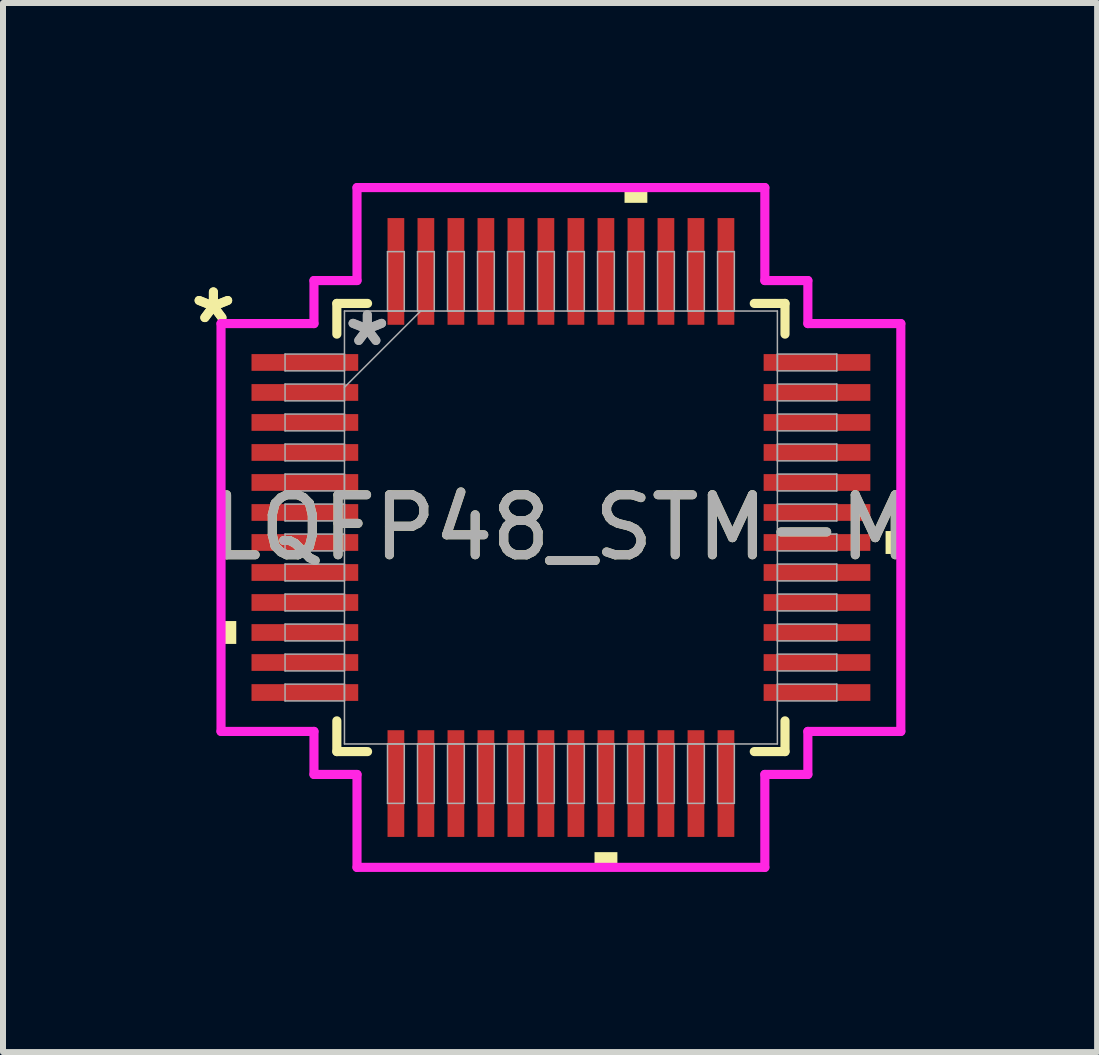
<source format=kicad_pcb>
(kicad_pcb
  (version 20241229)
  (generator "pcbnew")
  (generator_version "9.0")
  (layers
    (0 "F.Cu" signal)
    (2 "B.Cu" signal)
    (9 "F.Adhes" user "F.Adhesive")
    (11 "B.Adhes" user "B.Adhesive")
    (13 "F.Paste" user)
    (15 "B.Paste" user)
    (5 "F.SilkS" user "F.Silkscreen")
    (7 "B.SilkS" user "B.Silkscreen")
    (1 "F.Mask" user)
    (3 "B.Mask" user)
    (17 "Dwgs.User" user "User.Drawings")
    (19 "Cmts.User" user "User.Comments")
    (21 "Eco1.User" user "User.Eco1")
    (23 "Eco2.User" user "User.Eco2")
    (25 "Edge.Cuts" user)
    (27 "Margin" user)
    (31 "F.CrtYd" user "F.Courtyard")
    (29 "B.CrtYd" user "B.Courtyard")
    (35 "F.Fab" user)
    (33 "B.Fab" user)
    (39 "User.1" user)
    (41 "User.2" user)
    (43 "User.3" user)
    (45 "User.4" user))
  (footprint "LQFP48_STM-M"
    (layer "F.Cu")
    (at 6.297 5.74)
    (property "Reference" "LQFP48_STM-M" (at 0 0 0) (unlocked yes) (layer "F.SilkS") (effects (font (size 1 1) (thickness 0.15))))
    (attr smd)
    (fp_line (start -3.734 -3.734) (end -3.734 -3.222) (stroke (width 0.152) (type solid)) (layer "F.SilkS"))
    (fp_line (start -3.734 3.222) (end -3.734 3.734) (stroke (width 0.152) (type solid)) (layer "F.SilkS"))
    (fp_line (start -3.734 3.734) (end -3.222 3.734) (stroke (width 0.152) (type solid)) (layer "F.SilkS"))
    (fp_line (start -3.222 -3.734) (end -3.734 -3.734) (stroke (width 0.152) (type solid)) (layer "F.SilkS"))
    (fp_line (start 3.222 3.734) (end 3.734 3.734) (stroke (width 0.152) (type solid)) (layer "F.SilkS"))
    (fp_line (start 3.734 -3.734) (end 3.222 -3.734) (stroke (width 0.152) (type solid)) (layer "F.SilkS"))
    (fp_line (start 3.734 -3.222) (end 3.734 -3.734) (stroke (width 0.152) (type solid)) (layer "F.SilkS"))
    (fp_line (start 3.734 3.734) (end 3.734 3.222) (stroke (width 0.152) (type solid)) (layer "F.SilkS"))
    (fp_poly (pts (xy -5.664 1.559) (xy -5.664 1.94) (xy -5.41 1.94) (xy -5.41 1.559)) (stroke (width 0) (type solid)) (fill yes) (layer "F.SilkS"))
    (fp_poly (pts (xy 0.56 5.41) (xy 0.56 5.664) (xy 0.941 5.664) (xy 0.941 5.41)) (stroke (width 0) (type solid)) (fill yes) (layer "F.SilkS"))
    (fp_poly (pts (xy 1.06 -5.41) (xy 1.06 -5.664) (xy 1.44 -5.664) (xy 1.44 -5.41)) (stroke (width 0) (type solid)) (fill yes) (layer "F.SilkS"))
    (fp_poly (pts (xy 5.664 0.059) (xy 5.664 0.441) (xy 5.41 0.441) (xy 5.41 0.059)) (stroke (width 0) (type solid)) (fill yes) (layer "F.SilkS"))
    (fp_line (start -5.664 -3.398) (end -4.115 -3.398) (stroke (width 0.152) (type solid)) (layer "F.CrtYd"))
    (fp_line (start -5.664 3.398) (end -5.664 -3.398) (stroke (width 0.152) (type solid)) (layer "F.CrtYd"))
    (fp_line (start -4.115 -4.115) (end -3.398 -4.115) (stroke (width 0.152) (type solid)) (layer "F.CrtYd"))
    (fp_line (start -4.115 -3.398) (end -4.115 -4.115) (stroke (width 0.152) (type solid)) (layer "F.CrtYd"))
    (fp_line (start -4.115 3.398) (end -5.664 3.398) (stroke (width 0.152) (type solid)) (layer "F.CrtYd"))
    (fp_line (start -4.115 4.115) (end -4.115 3.398) (stroke (width 0.152) (type solid)) (layer "F.CrtYd"))
    (fp_line (start -4.115 4.115) (end -3.398 4.115) (stroke (width 0.152) (type solid)) (layer "F.CrtYd"))
    (fp_line (start -3.398 -5.664) (end 3.398 -5.664) (stroke (width 0.152) (type solid)) (layer "F.CrtYd"))
    (fp_line (start -3.398 -4.115) (end -3.398 -5.664) (stroke (width 0.152) (type solid)) (layer "F.CrtYd"))
    (fp_line (start -3.398 4.115) (end -3.398 5.664) (stroke (width 0.152) (type solid)) (layer "F.CrtYd"))
    (fp_line (start -3.398 5.664) (end 3.398 5.664) (stroke (width 0.152) (type solid)) (layer "F.CrtYd"))
    (fp_line (start 3.398 -5.664) (end 3.398 -4.115) (stroke (width 0.152) (type solid)) (layer "F.CrtYd"))
    (fp_line (start 3.398 -4.115) (end 4.115 -4.115) (stroke (width 0.152) (type solid)) (layer "F.CrtYd"))
    (fp_line (start 3.398 4.115) (end 4.115 4.115) (stroke (width 0.152) (type solid)) (layer "F.CrtYd"))
    (fp_line (start 3.398 5.664) (end 3.398 4.115) (stroke (width 0.152) (type solid)) (layer "F.CrtYd"))
    (fp_line (start 4.115 -3.398) (end 4.115 -4.115) (stroke (width 0.152) (type solid)) (layer "F.CrtYd"))
    (fp_line (start 4.115 3.398) (end 5.664 3.398) (stroke (width 0.152) (type solid)) (layer "F.CrtYd"))
    (fp_line (start 4.115 4.115) (end 4.115 3.398) (stroke (width 0.152) (type solid)) (layer "F.CrtYd"))
    (fp_line (start 5.664 -3.398) (end 4.115 -3.398) (stroke (width 0.152) (type solid)) (layer "F.CrtYd"))
    (fp_line (start 5.664 3.398) (end 5.664 -3.398) (stroke (width 0.152) (type solid)) (layer "F.CrtYd"))
    (fp_line (start -4.597 -2.89) (end -4.597 -2.61) (stroke (width 0.025) (type solid)) (layer "F.Fab"))
    (fp_line (start -4.597 -2.61) (end -3.607 -2.61) (stroke (width 0.025) (type solid)) (layer "F.Fab"))
    (fp_line (start -4.597 -2.39) (end -4.597 -2.11) (stroke (width 0.025) (type solid)) (layer "F.Fab"))
    (fp_line (start -4.597 -2.11) (end -3.607 -2.11) (stroke (width 0.025) (type solid)) (layer "F.Fab"))
    (fp_line (start -4.597 -1.89) (end -4.597 -1.61) (stroke (width 0.025) (type solid)) (layer "F.Fab"))
    (fp_line (start -4.597 -1.61) (end -3.607 -1.61) (stroke (width 0.025) (type solid)) (layer "F.Fab"))
    (fp_line (start -4.597 -1.39) (end -4.597 -1.11) (stroke (width 0.025) (type solid)) (layer "F.Fab"))
    (fp_line (start -4.597 -1.11) (end -3.607 -1.11) (stroke (width 0.025) (type solid)) (layer "F.Fab"))
    (fp_line (start -4.597 -0.89) (end -4.597 -0.61) (stroke (width 0.025) (type solid)) (layer "F.Fab"))
    (fp_line (start -4.597 -0.61) (end -3.607 -0.61) (stroke (width 0.025) (type solid)) (layer "F.Fab"))
    (fp_line (start -4.597 -0.39) (end -4.597 -0.11) (stroke (width 0.025) (type solid)) (layer "F.Fab"))
    (fp_line (start -4.597 -0.11) (end -3.607 -0.11) (stroke (width 0.025) (type solid)) (layer "F.Fab"))
    (fp_line (start -4.597 0.11) (end -4.597 0.39) (stroke (width 0.025) (type solid)) (layer "F.Fab"))
    (fp_line (start -4.597 0.39) (end -3.607 0.39) (stroke (width 0.025) (type solid)) (layer "F.Fab"))
    (fp_line (start -4.597 0.61) (end -4.597 0.89) (stroke (width 0.025) (type solid)) (layer "F.Fab"))
    (fp_line (start -4.597 0.89) (end -3.607 0.89) (stroke (width 0.025) (type solid)) (layer "F.Fab"))
    (fp_line (start -4.597 1.11) (end -4.597 1.39) (stroke (width 0.025) (type solid)) (layer "F.Fab"))
    (fp_line (start -4.597 1.39) (end -3.607 1.39) (stroke (width 0.025) (type solid)) (layer "F.Fab"))
    (fp_line (start -4.597 1.61) (end -4.597 1.89) (stroke (width 0.025) (type solid)) (layer "F.Fab"))
    (fp_line (start -4.597 1.89) (end -3.607 1.89) (stroke (width 0.025) (type solid)) (layer "F.Fab"))
    (fp_line (start -4.597 2.11) (end -4.597 2.39) (stroke (width 0.025) (type solid)) (layer "F.Fab"))
    (fp_line (start -4.597 2.39) (end -3.607 2.39) (stroke (width 0.025) (type solid)) (layer "F.Fab"))
    (fp_line (start -4.597 2.61) (end -4.597 2.89) (stroke (width 0.025) (type solid)) (layer "F.Fab"))
    (fp_line (start -4.597 2.89) (end -3.607 2.89) (stroke (width 0.025) (type solid)) (layer "F.Fab"))
    (fp_line (start -3.607 -3.607) (end -3.607 3.607) (stroke (width 0.025) (type solid)) (layer "F.Fab"))
    (fp_line (start -3.607 -2.89) (end -4.597 -2.89) (stroke (width 0.025) (type solid)) (layer "F.Fab"))
    (fp_line (start -3.607 -2.61) (end -3.607 -2.89) (stroke (width 0.025) (type solid)) (layer "F.Fab"))
    (fp_line (start -3.607 -2.39) (end -4.597 -2.39) (stroke (width 0.025) (type solid)) (layer "F.Fab"))
    (fp_line (start -3.607 -2.337) (end -2.337 -3.607) (stroke (width 0.025) (type solid)) (layer "F.Fab"))
    (fp_line (start -3.607 -2.11) (end -3.607 -2.39) (stroke (width 0.025) (type solid)) (layer "F.Fab"))
    (fp_line (start -3.607 -1.89) (end -4.597 -1.89) (stroke (width 0.025) (type solid)) (layer "F.Fab"))
    (fp_line (start -3.607 -1.61) (end -3.607 -1.89) (stroke (width 0.025) (type solid)) (layer "F.Fab"))
    (fp_line (start -3.607 -1.39) (end -4.597 -1.39) (stroke (width 0.025) (type solid)) (layer "F.Fab"))
    (fp_line (start -3.607 -1.11) (end -3.607 -1.39) (stroke (width 0.025) (type solid)) (layer "F.Fab"))
    (fp_line (start -3.607 -0.89) (end -4.597 -0.89) (stroke (width 0.025) (type solid)) (layer "F.Fab"))
    (fp_line (start -3.607 -0.61) (end -3.607 -0.89) (stroke (width 0.025) (type solid)) (layer "F.Fab"))
    (fp_line (start -3.607 -0.39) (end -4.597 -0.39) (stroke (width 0.025) (type solid)) (layer "F.Fab"))
    (fp_line (start -3.607 -0.11) (end -3.607 -0.39) (stroke (width 0.025) (type solid)) (layer "F.Fab"))
    (fp_line (start -3.607 0.11) (end -4.597 0.11) (stroke (width 0.025) (type solid)) (layer "F.Fab"))
    (fp_line (start -3.607 0.39) (end -3.607 0.11) (stroke (width 0.025) (type solid)) (layer "F.Fab"))
    (fp_line (start -3.607 0.61) (end -4.597 0.61) (stroke (width 0.025) (type solid)) (layer "F.Fab"))
    (fp_line (start -3.607 0.89) (end -3.607 0.61) (stroke (width 0.025) (type solid)) (layer "F.Fab"))
    (fp_line (start -3.607 1.11) (end -4.597 1.11) (stroke (width 0.025) (type solid)) (layer "F.Fab"))
    (fp_line (start -3.607 1.39) (end -3.607 1.11) (stroke (width 0.025) (type solid)) (layer "F.Fab"))
    (fp_line (start -3.607 1.61) (end -4.597 1.61) (stroke (width 0.025) (type solid)) (layer "F.Fab"))
    (fp_line (start -3.607 1.89) (end -3.607 1.61) (stroke (width 0.025) (type solid)) (layer "F.Fab"))
    (fp_line (start -3.607 2.11) (end -4.597 2.11) (stroke (width 0.025) (type solid)) (layer "F.Fab"))
    (fp_line (start -3.607 2.39) (end -3.607 2.11) (stroke (width 0.025) (type solid)) (layer "F.Fab"))
    (fp_line (start -3.607 2.61) (end -4.597 2.61) (stroke (width 0.025) (type solid)) (layer "F.Fab"))
    (fp_line (start -3.607 2.89) (end -3.607 2.61) (stroke (width 0.025) (type solid)) (layer "F.Fab"))
    (fp_line (start -3.607 3.607) (end 3.607 3.607) (stroke (width 0.025) (type solid)) (layer "F.Fab"))
    (fp_line (start -2.89 -4.597) (end -2.89 -3.607) (stroke (width 0.025) (type solid)) (layer "F.Fab"))
    (fp_line (start -2.89 -3.607) (end -2.61 -3.607) (stroke (width 0.025) (type solid)) (layer "F.Fab"))
    (fp_line (start -2.89 3.607) (end -2.89 4.597) (stroke (width 0.025) (type solid)) (layer "F.Fab"))
    (fp_line (start -2.89 4.597) (end -2.61 4.597) (stroke (width 0.025) (type solid)) (layer "F.Fab"))
    (fp_line (start -2.61 -4.597) (end -2.89 -4.597) (stroke (width 0.025) (type solid)) (layer "F.Fab"))
    (fp_line (start -2.61 -3.607) (end -2.61 -4.597) (stroke (width 0.025) (type solid)) (layer "F.Fab"))
    (fp_line (start -2.61 3.607) (end -2.89 3.607) (stroke (width 0.025) (type solid)) (layer "F.Fab"))
    (fp_line (start -2.61 4.597) (end -2.61 3.607) (stroke (width 0.025) (type solid)) (layer "F.Fab"))
    (fp_line (start -2.39 -4.597) (end -2.39 -3.607) (stroke (width 0.025) (type solid)) (layer "F.Fab"))
    (fp_line (start -2.39 -3.607) (end -2.11 -3.607) (stroke (width 0.025) (type solid)) (layer "F.Fab"))
    (fp_line (start -2.39 3.607) (end -2.39 4.597) (stroke (width 0.025) (type solid)) (layer "F.Fab"))
    (fp_line (start -2.39 4.597) (end -2.11 4.597) (stroke (width 0.025) (type solid)) (layer "F.Fab"))
    (fp_line (start -2.11 -4.597) (end -2.39 -4.597) (stroke (width 0.025) (type solid)) (layer "F.Fab"))
    (fp_line (start -2.11 -3.607) (end -2.11 -4.597) (stroke (width 0.025) (type solid)) (layer "F.Fab"))
    (fp_line (start -2.11 3.607) (end -2.39 3.607) (stroke (width 0.025) (type solid)) (layer "F.Fab"))
    (fp_line (start -2.11 4.597) (end -2.11 3.607) (stroke (width 0.025) (type solid)) (layer "F.Fab"))
    (fp_line (start -1.89 -4.597) (end -1.89 -3.607) (stroke (width 0.025) (type solid)) (layer "F.Fab"))
    (fp_line (start -1.89 -3.607) (end -1.61 -3.607) (stroke (width 0.025) (type solid)) (layer "F.Fab"))
    (fp_line (start -1.89 3.607) (end -1.89 4.597) (stroke (width 0.025) (type solid)) (layer "F.Fab"))
    (fp_line (start -1.89 4.597) (end -1.61 4.597) (stroke (width 0.025) (type solid)) (layer "F.Fab"))
    (fp_line (start -1.61 -4.597) (end -1.89 -4.597) (stroke (width 0.025) (type solid)) (layer "F.Fab"))
    (fp_line (start -1.61 -3.607) (end -1.61 -4.597) (stroke (width 0.025) (type solid)) (layer "F.Fab"))
    (fp_line (start -1.61 3.607) (end -1.89 3.607) (stroke (width 0.025) (type solid)) (layer "F.Fab"))
    (fp_line (start -1.61 4.597) (end -1.61 3.607) (stroke (width 0.025) (type solid)) (layer "F.Fab"))
    (fp_line (start -1.39 -4.597) (end -1.39 -3.607) (stroke (width 0.025) (type solid)) (layer "F.Fab"))
    (fp_line (start -1.39 -3.607) (end -1.11 -3.607) (stroke (width 0.025) (type solid)) (layer "F.Fab"))
    (fp_line (start -1.39 3.607) (end -1.39 4.597) (stroke (width 0.025) (type solid)) (layer "F.Fab"))
    (fp_line (start -1.39 4.597) (end -1.11 4.597) (stroke (width 0.025) (type solid)) (layer "F.Fab"))
    (fp_line (start -1.11 -4.597) (end -1.39 -4.597) (stroke (width 0.025) (type solid)) (layer "F.Fab"))
    (fp_line (start -1.11 -3.607) (end -1.11 -4.597) (stroke (width 0.025) (type solid)) (layer "F.Fab"))
    (fp_line (start -1.11 3.607) (end -1.39 3.607) (stroke (width 0.025) (type solid)) (layer "F.Fab"))
    (fp_line (start -1.11 4.597) (end -1.11 3.607) (stroke (width 0.025) (type solid)) (layer "F.Fab"))
    (fp_line (start -0.89 -4.597) (end -0.89 -3.607) (stroke (width 0.025) (type solid)) (layer "F.Fab"))
    (fp_line (start -0.89 -3.607) (end -0.61 -3.607) (stroke (width 0.025) (type solid)) (layer "F.Fab"))
    (fp_line (start -0.89 3.607) (end -0.89 4.597) (stroke (width 0.025) (type solid)) (layer "F.Fab"))
    (fp_line (start -0.89 4.597) (end -0.61 4.597) (stroke (width 0.025) (type solid)) (layer "F.Fab"))
    (fp_line (start -0.61 -4.597) (end -0.89 -4.597) (stroke (width 0.025) (type solid)) (layer "F.Fab"))
    (fp_line (start -0.61 -3.607) (end -0.61 -4.597) (stroke (width 0.025) (type solid)) (layer "F.Fab"))
    (fp_line (start -0.61 3.607) (end -0.89 3.607) (stroke (width 0.025) (type solid)) (layer "F.Fab"))
    (fp_line (start -0.61 4.597) (end -0.61 3.607) (stroke (width 0.025) (type solid)) (layer "F.Fab"))
    (fp_line (start -0.39 -4.597) (end -0.39 -3.607) (stroke (width 0.025) (type solid)) (layer "F.Fab"))
    (fp_line (start -0.39 -3.607) (end -0.11 -3.607) (stroke (width 0.025) (type solid)) (layer "F.Fab"))
    (fp_line (start -0.39 3.607) (end -0.39 4.597) (stroke (width 0.025) (type solid)) (layer "F.Fab"))
    (fp_line (start -0.39 4.597) (end -0.11 4.597) (stroke (width 0.025) (type solid)) (layer "F.Fab"))
    (fp_line (start -0.11 -4.597) (end -0.39 -4.597) (stroke (width 0.025) (type solid)) (layer "F.Fab"))
    (fp_line (start -0.11 -3.607) (end -0.11 -4.597) (stroke (width 0.025) (type solid)) (layer "F.Fab"))
    (fp_line (start -0.11 3.607) (end -0.39 3.607) (stroke (width 0.025) (type solid)) (layer "F.Fab"))
    (fp_line (start -0.11 4.597) (end -0.11 3.607) (stroke (width 0.025) (type solid)) (layer "F.Fab"))
    (fp_line (start 0.11 -4.597) (end 0.11 -3.607) (stroke (width 0.025) (type solid)) (layer "F.Fab"))
    (fp_line (start 0.11 -3.607) (end 0.39 -3.607) (stroke (width 0.025) (type solid)) (layer "F.Fab"))
    (fp_line (start 0.11 3.607) (end 0.11 4.597) (stroke (width 0.025) (type solid)) (layer "F.Fab"))
    (fp_line (start 0.11 4.597) (end 0.39 4.597) (stroke (width 0.025) (type solid)) (layer "F.Fab"))
    (fp_line (start 0.39 -4.597) (end 0.11 -4.597) (stroke (width 0.025) (type solid)) (layer "F.Fab"))
    (fp_line (start 0.39 -3.607) (end 0.39 -4.597) (stroke (width 0.025) (type solid)) (layer "F.Fab"))
    (fp_line (start 0.39 3.607) (end 0.11 3.607) (stroke (width 0.025) (type solid)) (layer "F.Fab"))
    (fp_line (start 0.39 4.597) (end 0.39 3.607) (stroke (width 0.025) (type solid)) (layer "F.Fab"))
    (fp_line (start 0.61 -4.597) (end 0.61 -3.607) (stroke (width 0.025) (type solid)) (layer "F.Fab"))
    (fp_line (start 0.61 -3.607) (end 0.89 -3.607) (stroke (width 0.025) (type solid)) (layer "F.Fab"))
    (fp_line (start 0.61 3.607) (end 0.61 4.597) (stroke (width 0.025) (type solid)) (layer "F.Fab"))
    (fp_line (start 0.61 4.597) (end 0.89 4.597) (stroke (width 0.025) (type solid)) (layer "F.Fab"))
    (fp_line (start 0.89 -4.597) (end 0.61 -4.597) (stroke (width 0.025) (type solid)) (layer "F.Fab"))
    (fp_line (start 0.89 -3.607) (end 0.89 -4.597) (stroke (width 0.025) (type solid)) (layer "F.Fab"))
    (fp_line (start 0.89 3.607) (end 0.61 3.607) (stroke (width 0.025) (type solid)) (layer "F.Fab"))
    (fp_line (start 0.89 4.597) (end 0.89 3.607) (stroke (width 0.025) (type solid)) (layer "F.Fab"))
    (fp_line (start 1.11 -4.597) (end 1.11 -3.607) (stroke (width 0.025) (type solid)) (layer "F.Fab"))
    (fp_line (start 1.11 -3.607) (end 1.39 -3.607) (stroke (width 0.025) (type solid)) (layer "F.Fab"))
    (fp_line (start 1.11 3.607) (end 1.11 4.597) (stroke (width 0.025) (type solid)) (layer "F.Fab"))
    (fp_line (start 1.11 4.597) (end 1.39 4.597) (stroke (width 0.025) (type solid)) (layer "F.Fab"))
    (fp_line (start 1.39 -4.597) (end 1.11 -4.597) (stroke (width 0.025) (type solid)) (layer "F.Fab"))
    (fp_line (start 1.39 -3.607) (end 1.39 -4.597) (stroke (width 0.025) (type solid)) (layer "F.Fab"))
    (fp_line (start 1.39 3.607) (end 1.11 3.607) (stroke (width 0.025) (type solid)) (layer "F.Fab"))
    (fp_line (start 1.39 4.597) (end 1.39 3.607) (stroke (width 0.025) (type solid)) (layer "F.Fab"))
    (fp_line (start 1.61 -4.597) (end 1.61 -3.607) (stroke (width 0.025) (type solid)) (layer "F.Fab"))
    (fp_line (start 1.61 -3.607) (end 1.89 -3.607) (stroke (width 0.025) (type solid)) (layer "F.Fab"))
    (fp_line (start 1.61 3.607) (end 1.61 4.597) (stroke (width 0.025) (type solid)) (layer "F.Fab"))
    (fp_line (start 1.61 4.597) (end 1.89 4.597) (stroke (width 0.025) (type solid)) (layer "F.Fab"))
    (fp_line (start 1.89 -4.597) (end 1.61 -4.597) (stroke (width 0.025) (type solid)) (layer "F.Fab"))
    (fp_line (start 1.89 -3.607) (end 1.89 -4.597) (stroke (width 0.025) (type solid)) (layer "F.Fab"))
    (fp_line (start 1.89 3.607) (end 1.61 3.607) (stroke (width 0.025) (type solid)) (layer "F.Fab"))
    (fp_line (start 1.89 4.597) (end 1.89 3.607) (stroke (width 0.025) (type solid)) (layer "F.Fab"))
    (fp_line (start 2.11 -4.597) (end 2.11 -3.607) (stroke (width 0.025) (type solid)) (layer "F.Fab"))
    (fp_line (start 2.11 -3.607) (end 2.39 -3.607) (stroke (width 0.025) (type solid)) (layer "F.Fab"))
    (fp_line (start 2.11 3.607) (end 2.11 4.597) (stroke (width 0.025) (type solid)) (layer "F.Fab"))
    (fp_line (start 2.11 4.597) (end 2.39 4.597) (stroke (width 0.025) (type solid)) (layer "F.Fab"))
    (fp_line (start 2.39 -4.597) (end 2.11 -4.597) (stroke (width 0.025) (type solid)) (layer "F.Fab"))
    (fp_line (start 2.39 -3.607) (end 2.39 -4.597) (stroke (width 0.025) (type solid)) (layer "F.Fab"))
    (fp_line (start 2.39 3.607) (end 2.11 3.607) (stroke (width 0.025) (type solid)) (layer "F.Fab"))
    (fp_line (start 2.39 4.597) (end 2.39 3.607) (stroke (width 0.025) (type solid)) (layer "F.Fab"))
    (fp_line (start 2.61 -4.597) (end 2.61 -3.607) (stroke (width 0.025) (type solid)) (layer "F.Fab"))
    (fp_line (start 2.61 -3.607) (end 2.89 -3.607) (stroke (width 0.025) (type solid)) (layer "F.Fab"))
    (fp_line (start 2.61 3.607) (end 2.61 4.597) (stroke (width 0.025) (type solid)) (layer "F.Fab"))
    (fp_line (start 2.61 4.597) (end 2.89 4.597) (stroke (width 0.025) (type solid)) (layer "F.Fab"))
    (fp_line (start 2.89 -4.597) (end 2.61 -4.597) (stroke (width 0.025) (type solid)) (layer "F.Fab"))
    (fp_line (start 2.89 -3.607) (end 2.89 -4.597) (stroke (width 0.025) (type solid)) (layer "F.Fab"))
    (fp_line (start 2.89 3.607) (end 2.61 3.607) (stroke (width 0.025) (type solid)) (layer "F.Fab"))
    (fp_line (start 2.89 4.597) (end 2.89 3.607) (stroke (width 0.025) (type solid)) (layer "F.Fab"))
    (fp_line (start 3.607 -3.607) (end -3.607 -3.607) (stroke (width 0.025) (type solid)) (layer "F.Fab"))
    (fp_line (start 3.607 -2.89) (end 3.607 -2.61) (stroke (width 0.025) (type solid)) (layer "F.Fab"))
    (fp_line (start 3.607 -2.61) (end 4.597 -2.61) (stroke (width 0.025) (type solid)) (layer "F.Fab"))
    (fp_line (start 3.607 -2.39) (end 3.607 -2.11) (stroke (width 0.025) (type solid)) (layer "F.Fab"))
    (fp_line (start 3.607 -2.11) (end 4.597 -2.11) (stroke (width 0.025) (type solid)) (layer "F.Fab"))
    (fp_line (start 3.607 -1.89) (end 3.607 -1.61) (stroke (width 0.025) (type solid)) (layer "F.Fab"))
    (fp_line (start 3.607 -1.61) (end 4.597 -1.61) (stroke (width 0.025) (type solid)) (layer "F.Fab"))
    (fp_line (start 3.607 -1.39) (end 3.607 -1.11) (stroke (width 0.025) (type solid)) (layer "F.Fab"))
    (fp_line (start 3.607 -1.11) (end 4.597 -1.11) (stroke (width 0.025) (type solid)) (layer "F.Fab"))
    (fp_line (start 3.607 -0.89) (end 3.607 -0.61) (stroke (width 0.025) (type solid)) (layer "F.Fab"))
    (fp_line (start 3.607 -0.61) (end 4.597 -0.61) (stroke (width 0.025) (type solid)) (layer "F.Fab"))
    (fp_line (start 3.607 -0.39) (end 3.607 -0.11) (stroke (width 0.025) (type solid)) (layer "F.Fab"))
    (fp_line (start 3.607 -0.11) (end 4.597 -0.11) (stroke (width 0.025) (type solid)) (layer "F.Fab"))
    (fp_line (start 3.607 0.11) (end 3.607 0.39) (stroke (width 0.025) (type solid)) (layer "F.Fab"))
    (fp_line (start 3.607 0.39) (end 4.597 0.39) (stroke (width 0.025) (type solid)) (layer "F.Fab"))
    (fp_line (start 3.607 0.61) (end 3.607 0.89) (stroke (width 0.025) (type solid)) (layer "F.Fab"))
    (fp_line (start 3.607 0.89) (end 4.597 0.89) (stroke (width 0.025) (type solid)) (layer "F.Fab"))
    (fp_line (start 3.607 1.11) (end 3.607 1.39) (stroke (width 0.025) (type solid)) (layer "F.Fab"))
    (fp_line (start 3.607 1.39) (end 4.597 1.39) (stroke (width 0.025) (type solid)) (layer "F.Fab"))
    (fp_line (start 3.607 1.61) (end 3.607 1.89) (stroke (width 0.025) (type solid)) (layer "F.Fab"))
    (fp_line (start 3.607 1.89) (end 4.597 1.89) (stroke (width 0.025) (type solid)) (layer "F.Fab"))
    (fp_line (start 3.607 2.11) (end 3.607 2.39) (stroke (width 0.025) (type solid)) (layer "F.Fab"))
    (fp_line (start 3.607 2.39) (end 4.597 2.39) (stroke (width 0.025) (type solid)) (layer "F.Fab"))
    (fp_line (start 3.607 2.61) (end 3.607 2.89) (stroke (width 0.025) (type solid)) (layer "F.Fab"))
    (fp_line (start 3.607 2.89) (end 4.597 2.89) (stroke (width 0.025) (type solid)) (layer "F.Fab"))
    (fp_line (start 3.607 3.607) (end 3.607 -3.607) (stroke (width 0.025) (type solid)) (layer "F.Fab"))
    (fp_line (start 4.597 -2.89) (end 3.607 -2.89) (stroke (width 0.025) (type solid)) (layer "F.Fab"))
    (fp_line (start 4.597 -2.61) (end 4.597 -2.89) (stroke (width 0.025) (type solid)) (layer "F.Fab"))
    (fp_line (start 4.597 -2.39) (end 3.607 -2.39) (stroke (width 0.025) (type solid)) (layer "F.Fab"))
    (fp_line (start 4.597 -2.11) (end 4.597 -2.39) (stroke (width 0.025) (type solid)) (layer "F.Fab"))
    (fp_line (start 4.597 -1.89) (end 3.607 -1.89) (stroke (width 0.025) (type solid)) (layer "F.Fab"))
    (fp_line (start 4.597 -1.61) (end 4.597 -1.89) (stroke (width 0.025) (type solid)) (layer "F.Fab"))
    (fp_line (start 4.597 -1.39) (end 3.607 -1.39) (stroke (width 0.025) (type solid)) (layer "F.Fab"))
    (fp_line (start 4.597 -1.11) (end 4.597 -1.39) (stroke (width 0.025) (type solid)) (layer "F.Fab"))
    (fp_line (start 4.597 -0.89) (end 3.607 -0.89) (stroke (width 0.025) (type solid)) (layer "F.Fab"))
    (fp_line (start 4.597 -0.61) (end 4.597 -0.89) (stroke (width 0.025) (type solid)) (layer "F.Fab"))
    (fp_line (start 4.597 -0.39) (end 3.607 -0.39) (stroke (width 0.025) (type solid)) (layer "F.Fab"))
    (fp_line (start 4.597 -0.11) (end 4.597 -0.39) (stroke (width 0.025) (type solid)) (layer "F.Fab"))
    (fp_line (start 4.597 0.11) (end 3.607 0.11) (stroke (width 0.025) (type solid)) (layer "F.Fab"))
    (fp_line (start 4.597 0.39) (end 4.597 0.11) (stroke (width 0.025) (type solid)) (layer "F.Fab"))
    (fp_line (start 4.597 0.61) (end 3.607 0.61) (stroke (width 0.025) (type solid)) (layer "F.Fab"))
    (fp_line (start 4.597 0.89) (end 4.597 0.61) (stroke (width 0.025) (type solid)) (layer "F.Fab"))
    (fp_line (start 4.597 1.11) (end 3.607 1.11) (stroke (width 0.025) (type solid)) (layer "F.Fab"))
    (fp_line (start 4.597 1.39) (end 4.597 1.11) (stroke (width 0.025) (type solid)) (layer "F.Fab"))
    (fp_line (start 4.597 1.61) (end 3.607 1.61) (stroke (width 0.025) (type solid)) (layer "F.Fab"))
    (fp_line (start 4.597 1.89) (end 4.597 1.61) (stroke (width 0.025) (type solid)) (layer "F.Fab"))
    (fp_line (start 4.597 2.11) (end 3.607 2.11) (stroke (width 0.025) (type solid)) (layer "F.Fab"))
    (fp_line (start 4.597 2.39) (end 4.597 2.11) (stroke (width 0.025) (type solid)) (layer "F.Fab"))
    (fp_line (start 4.597 2.61) (end 3.607 2.61) (stroke (width 0.025) (type solid)) (layer "F.Fab"))
    (fp_line (start 4.597 2.89) (end 4.597 2.61) (stroke (width 0.025) (type solid)) (layer "F.Fab"))
    (fp_text user "*" (at -5.791 -3.381 0) (unlocked yes) (layer "F.SilkS") (effects (font (size 1 1) (thickness 0.15))))
    (fp_text user "*" (at -5.791 -3.381 0) (layer "F.SilkS") (effects (font (size 1 1) (thickness 0.15))))
    (fp_text user "${REFERENCE}" (at 0 0 0) (unlocked yes) (layer "F.Fab") (effects (font (size 1 1) (thickness 0.15))))
    (fp_text user "*" (at -3.226 -3 0) (unlocked yes) (layer "F.Fab") (effects (font (size 1 1) (thickness 0.15))))
    (fp_text user "*" (at -3.226 -3 0) (layer "F.Fab") (effects (font (size 1 1) (thickness 0.15))))
    (pad "1" smd rect (at -4.267 -2.75 90) (size 0.279 1.778) (layers "F.Cu" "F.Mask" "F.Paste"))
    (pad "2" smd rect (at -4.267 -2.25 90) (size 0.279 1.778) (layers "F.Cu" "F.Mask" "F.Paste"))
    (pad "3" smd rect (at -4.267 -1.75 90) (size 0.279 1.778) (layers "F.Cu" "F.Mask" "F.Paste"))
    (pad "4" smd rect (at -4.267 -1.25 90) (size 0.279 1.778) (layers "F.Cu" "F.Mask" "F.Paste"))
    (pad "5" smd rect (at -4.267 -0.75 90) (size 0.279 1.778) (layers "F.Cu" "F.Mask" "F.Paste"))
    (pad "6" smd rect (at -4.267 -0.25 90) (size 0.279 1.778) (layers "F.Cu" "F.Mask" "F.Paste"))
    (pad "7" smd rect (at -4.267 0.25 90) (size 0.279 1.778) (layers "F.Cu" "F.Mask" "F.Paste"))
    (pad "8" smd rect (at -4.267 0.75 90) (size 0.279 1.778) (layers "F.Cu" "F.Mask" "F.Paste"))
    (pad "9" smd rect (at -4.267 1.25 90) (size 0.279 1.778) (layers "F.Cu" "F.Mask" "F.Paste"))
    (pad "10" smd rect (at -4.267 1.75 90) (size 0.279 1.778) (layers "F.Cu" "F.Mask" "F.Paste"))
    (pad "11" smd rect (at -4.267 2.25 90) (size 0.279 1.778) (layers "F.Cu" "F.Mask" "F.Paste"))
    (pad "12" smd rect (at -4.267 2.75 90) (size 0.279 1.778) (layers "F.Cu" "F.Mask" "F.Paste"))
    (pad "13" smd rect (at -2.75 4.267) (size 0.279 1.778) (layers "F.Cu" "F.Mask" "F.Paste"))
    (pad "14" smd rect (at -2.25 4.267) (size 0.279 1.778) (layers "F.Cu" "F.Mask" "F.Paste"))
    (pad "15" smd rect (at -1.75 4.267) (size 0.279 1.778) (layers "F.Cu" "F.Mask" "F.Paste"))
    (pad "16" smd rect (at -1.25 4.267) (size 0.279 1.778) (layers "F.Cu" "F.Mask" "F.Paste"))
    (pad "17" smd rect (at -0.75 4.267) (size 0.279 1.778) (layers "F.Cu" "F.Mask" "F.Paste"))
    (pad "18" smd rect (at -0.25 4.267) (size 0.279 1.778) (layers "F.Cu" "F.Mask" "F.Paste"))
    (pad "19" smd rect (at 0.25 4.267) (size 0.279 1.778) (layers "F.Cu" "F.Mask" "F.Paste"))
    (pad "20" smd rect (at 0.75 4.267) (size 0.279 1.778) (layers "F.Cu" "F.Mask" "F.Paste"))
    (pad "21" smd rect (at 1.25 4.267) (size 0.279 1.778) (layers "F.Cu" "F.Mask" "F.Paste"))
    (pad "22" smd rect (at 1.75 4.267) (size 0.279 1.778) (layers "F.Cu" "F.Mask" "F.Paste"))
    (pad "23" smd rect (at 2.25 4.267) (size 0.279 1.778) (layers "F.Cu" "F.Mask" "F.Paste"))
    (pad "24" smd rect (at 2.75 4.267) (size 0.279 1.778) (layers "F.Cu" "F.Mask" "F.Paste"))
    (pad "25" smd rect (at 4.267 2.75 90) (size 0.279 1.778) (layers "F.Cu" "F.Mask" "F.Paste"))
    (pad "26" smd rect (at 4.267 2.25 90) (size 0.279 1.778) (layers "F.Cu" "F.Mask" "F.Paste"))
    (pad "27" smd rect (at 4.267 1.75 90) (size 0.279 1.778) (layers "F.Cu" "F.Mask" "F.Paste"))
    (pad "28" smd rect (at 4.267 1.25 90) (size 0.279 1.778) (layers "F.Cu" "F.Mask" "F.Paste"))
    (pad "29" smd rect (at 4.267 0.75 90) (size 0.279 1.778) (layers "F.Cu" "F.Mask" "F.Paste"))
    (pad "30" smd rect (at 4.267 0.25 90) (size 0.279 1.778) (layers "F.Cu" "F.Mask" "F.Paste"))
    (pad "31" smd rect (at 4.267 -0.25 90) (size 0.279 1.778) (layers "F.Cu" "F.Mask" "F.Paste"))
    (pad "32" smd rect (at 4.267 -0.75 90) (size 0.279 1.778) (layers "F.Cu" "F.Mask" "F.Paste"))
    (pad "33" smd rect (at 4.267 -1.25 90) (size 0.279 1.778) (layers "F.Cu" "F.Mask" "F.Paste"))
    (pad "34" smd rect (at 4.267 -1.75 90) (size 0.279 1.778) (layers "F.Cu" "F.Mask" "F.Paste"))
    (pad "35" smd rect (at 4.267 -2.25 90) (size 0.279 1.778) (layers "F.Cu" "F.Mask" "F.Paste"))
    (pad "36" smd rect (at 4.267 -2.75 90) (size 0.279 1.778) (layers "F.Cu" "F.Mask" "F.Paste"))
    (pad "37" smd rect (at 2.75 -4.267) (size 0.279 1.778) (layers "F.Cu" "F.Mask" "F.Paste"))
    (pad "38" smd rect (at 2.25 -4.267) (size 0.279 1.778) (layers "F.Cu" "F.Mask" "F.Paste"))
    (pad "39" smd rect (at 1.75 -4.267) (size 0.279 1.778) (layers "F.Cu" "F.Mask" "F.Paste"))
    (pad "40" smd rect (at 1.25 -4.267) (size 0.279 1.778) (layers "F.Cu" "F.Mask" "F.Paste"))
    (pad "41" smd rect (at 0.75 -4.267) (size 0.279 1.778) (layers "F.Cu" "F.Mask" "F.Paste"))
    (pad "42" smd rect (at 0.25 -4.267) (size 0.279 1.778) (layers "F.Cu" "F.Mask" "F.Paste"))
    (pad "43" smd rect (at -0.25 -4.267) (size 0.279 1.778) (layers "F.Cu" "F.Mask" "F.Paste"))
    (pad "44" smd rect (at -0.75 -4.267) (size 0.279 1.778) (layers "F.Cu" "F.Mask" "F.Paste"))
    (pad "45" smd rect (at -1.25 -4.267) (size 0.279 1.778) (layers "F.Cu" "F.Mask" "F.Paste"))
    (pad "46" smd rect (at -1.75 -4.267) (size 0.279 1.778) (layers "F.Cu" "F.Mask" "F.Paste"))
    (pad "47" smd rect (at -2.25 -4.267) (size 0.279 1.778) (layers "F.Cu" "F.Mask" "F.Paste"))
    (pad "48" smd rect (at -2.75 -4.267) (size 0.279 1.778) (layers "F.Cu" "F.Mask" "F.Paste")))
  (gr_rect
    (start -3 -3)
    (end 15.232 14.481)
    (stroke (width 0.1) (type default))
    (fill no)
    (layer "Edge.Cuts")))
</source>
